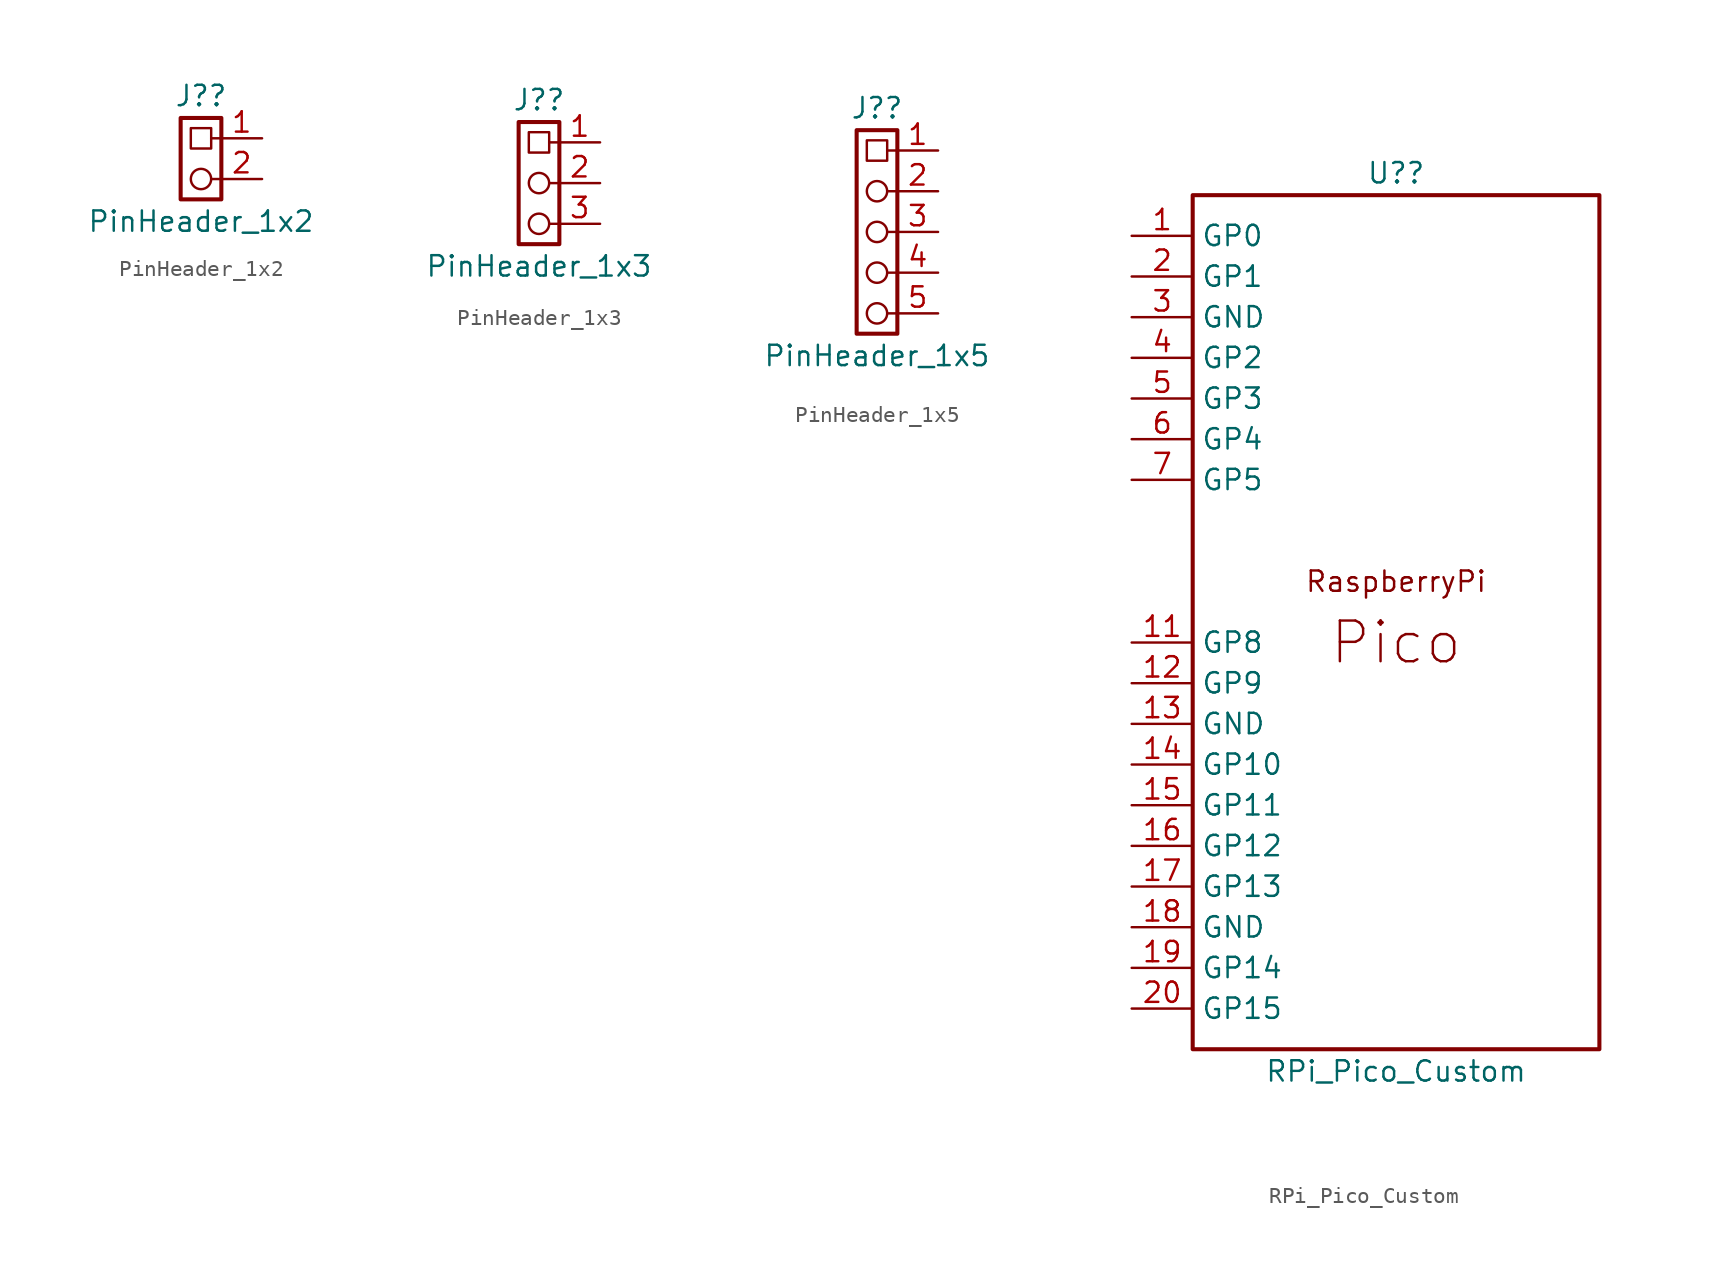
<source format=kicad_sym>
(kicad_symbol_lib
  (version 20220914)
  (generator kicad_symbol_editor)
  (symbol "PinHeader_1x2"
    (pin_names hide)
    (property "Reference" "J?"
      (at 0 1.905 0)
      (effects (font (size 1.27 1.27)) (justify bottom)))
    (property "Value" "PinHeader_1x2"
      (at 0 -4.445 0)
      (effects (font (size 1.27 1.27)) (justify top)))
    (symbol "PinHeader_1x2_0_1"
      (rectangle (start -1.27 1.27) (end 1.27 -3.81) (stroke (width 0.254) (type default)) (fill (type none)))
      (rectangle (start -0.635 0.635) (end 0.635 -0.635) (stroke (width 0) (type default)) (fill (type none)))
      (circle (center 0 -2.54) (radius 0.635) (stroke (width 0) (type default)) (fill (type none)))
      (polyline (pts (xy 0.635 -2.54) (xy 1.27 -2.54)) (stroke (width 0) (type default)) (fill (type none)))
      (polyline (pts (xy 0.635 0) (xy 1.27 0)) (stroke (width 0) (type default)) (fill (type none))))
    (symbol "PinHeader_1x2_1_1"
      (pin passive line (at 3.81 0 180) (length 2.54) (name "~" (effects (font (size 1.27 1.27)))) (number "1" (effects (font (size 1.27 1.27)))))
      (pin passive line (at 3.81 -2.54 180) (length 2.54) (name "~" (effects (font (size 1.27 1.27)))) (number "2" (effects (font (size 1.27 1.27)))))))
  (symbol "PinHeader_1x3"
    (pin_names hide)
    (property "Reference" "J?"
      (at 0 1.905 0)
      (effects (font (size 1.27 1.27)) (justify bottom)))
    (property "Value" "PinHeader_1x3"
      (at 0 -6.985 0)
      (effects (font (size 1.27 1.27)) (justify top)))
    (symbol "PinHeader_1x3_0_1"
      (rectangle (start -1.27 1.27) (end 1.27 -6.35) (stroke (width 0.254) (type default)) (fill (type none)))
      (rectangle (start -0.635 0.635) (end 0.635 -0.635) (stroke (width 0) (type default)) (fill (type none)))
      (circle (center 0 -5.08) (radius 0.635) (stroke (width 0) (type default)) (fill (type none)))
      (circle (center 0 -2.54) (radius 0.635) (stroke (width 0) (type default)) (fill (type none)))
      (polyline (pts (xy 0.635 -5.08) (xy 1.27 -5.08)) (stroke (width 0) (type default)) (fill (type none)))
      (polyline (pts (xy 0.635 -2.54) (xy 1.27 -2.54)) (stroke (width 0) (type default)) (fill (type none)))
      (polyline (pts (xy 0.635 0) (xy 1.27 0)) (stroke (width 0) (type default)) (fill (type none))))
    (symbol "PinHeader_1x3_1_1"
      (pin passive line (at 3.81 0 180) (length 2.54) (name "~" (effects (font (size 1.27 1.27)))) (number "1" (effects (font (size 1.27 1.27)))))
      (pin passive line (at 3.81 -2.54 180) (length 2.54) (name "~" (effects (font (size 1.27 1.27)))) (number "2" (effects (font (size 1.27 1.27)))))
      (pin passive line (at 3.81 -5.08 180) (length 2.54) (name "~" (effects (font (size 1.27 1.27)))) (number "3" (effects (font (size 1.27 1.27)))))))
  (symbol "PinHeader_1x5"
    (pin_names hide)
    (property "Reference" "J?"
      (at 0 1.905 0)
      (effects (font (size 1.27 1.27)) (justify bottom)))
    (property "Value" "PinHeader_1x5"
      (at 0 -12.065 0)
      (effects (font (size 1.27 1.27)) (justify top)))
    (symbol "PinHeader_1x5_0_1"
      (rectangle (start -1.27 1.27) (end 1.27 -11.43) (stroke (width 0.254) (type default)) (fill (type none)))
      (rectangle (start -0.635 0.635) (end 0.635 -0.635) (stroke (width 0) (type default)) (fill (type none)))
      (circle (center 0 -10.16) (radius 0.635) (stroke (width 0) (type default)) (fill (type none)))
      (circle (center 0 -7.62) (radius 0.635) (stroke (width 0) (type default)) (fill (type none)))
      (circle (center 0 -5.08) (radius 0.635) (stroke (width 0) (type default)) (fill (type none)))
      (circle (center 0 -2.54) (radius 0.635) (stroke (width 0) (type default)) (fill (type none)))
      (polyline (pts (xy 0.635 -10.16) (xy 1.27 -10.16)) (stroke (width 0) (type default)) (fill (type none)))
      (polyline (pts (xy 0.635 -7.62) (xy 1.27 -7.62)) (stroke (width 0) (type default)) (fill (type none)))
      (polyline (pts (xy 0.635 -5.08) (xy 1.27 -5.08)) (stroke (width 0) (type default)) (fill (type none)))
      (polyline (pts (xy 0.635 -2.54) (xy 1.27 -2.54)) (stroke (width 0) (type default)) (fill (type none)))
      (polyline (pts (xy 0.635 0) (xy 1.27 0)) (stroke (width 0) (type default)) (fill (type none))))
    (symbol "PinHeader_1x5_1_1"
      (pin passive line (at 3.81 0 180) (length 2.54) (name "~" (effects (font (size 1.27 1.27)))) (number "1" (effects (font (size 1.27 1.27)))))
      (pin passive line (at 3.81 -2.54 180) (length 2.54) (name "~" (effects (font (size 1.27 1.27)))) (number "2" (effects (font (size 1.27 1.27)))))
      (pin passive line (at 3.81 -5.08 180) (length 2.54) (name "~" (effects (font (size 1.27 1.27)))) (number "3" (effects (font (size 1.27 1.27)))))
      (pin passive line (at 3.81 -7.62 180) (length 2.54) (name "~" (effects (font (size 1.27 1.27)))) (number "4" (effects (font (size 1.27 1.27)))))
      (pin passive line (at 3.81 -10.16 180) (length 2.54) (name "~" (effects (font (size 1.27 1.27)))) (number "5" (effects (font (size 1.27 1.27)))))))
  (symbol "RPi_Pico_Custom"
    (property "Reference" "U?"
      (at 0 27.305 0)
      (effects (font (size 1.27 1.27)) (justify bottom)))
    (property "Value" "RPi_Pico_Custom"
      (at 0 -27.305 0)
      (effects (font (size 1.27 1.27)) (justify top)))
    (symbol "RPi_Pico_Custom_1_0"
      (text "Pico" (at 0 -1.27 0) (effects (font (size 2.54 2.54))))
      (text "RaspberryPi" (at 0 2.54 0) (effects (font (size 1.27 1.27)))))
    (symbol "RPi_Pico_Custom_1_1"
      (rectangle (start -12.7 26.67) (end 12.7 -26.67) (stroke (width 0.254) (type default)) (fill (type none)))
      (pin bidirectional line (at -16.51 24.13 0) (length 3.81) (name "GP0" (effects (font (size 1.27 1.27)))) (number "1" (effects (font (size 1.27 1.27)))))
      (pin bidirectional line (at -16.51 -1.27 0) (length 3.81) (name "GP8" (effects (font (size 1.27 1.27)))) (number "11" (effects (font (size 1.27 1.27)))))
      (pin bidirectional line (at -16.51 -3.81 0) (length 3.81) (name "GP9" (effects (font (size 1.27 1.27)))) (number "12" (effects (font (size 1.27 1.27)))))
      (pin bidirectional line (at -16.51 -6.35 0) (length 3.81) (name "GND" (effects (font (size 1.27 1.27)))) (number "13" (effects (font (size 1.27 1.27)))))
      (pin bidirectional line (at -16.51 -8.89 0) (length 3.81) (name "GP10" (effects (font (size 1.27 1.27)))) (number "14" (effects (font (size 1.27 1.27)))))
      (pin bidirectional line (at -16.51 -11.43 0) (length 3.81) (name "GP11" (effects (font (size 1.27 1.27)))) (number "15" (effects (font (size 1.27 1.27)))))
      (pin bidirectional line (at -16.51 -13.97 0) (length 3.81) (name "GP12" (effects (font (size 1.27 1.27)))) (number "16" (effects (font (size 1.27 1.27)))))
      (pin bidirectional line (at -16.51 -16.51 0) (length 3.81) (name "GP13" (effects (font (size 1.27 1.27)))) (number "17" (effects (font (size 1.27 1.27)))))
      (pin bidirectional line (at -16.51 -19.05 0) (length 3.81) (name "GND" (effects (font (size 1.27 1.27)))) (number "18" (effects (font (size 1.27 1.27)))))
      (pin bidirectional line (at -16.51 -21.59 0) (length 3.81) (name "GP14" (effects (font (size 1.27 1.27)))) (number "19" (effects (font (size 1.27 1.27)))))
      (pin bidirectional line (at -16.51 21.59 0) (length 3.81) (name "GP1" (effects (font (size 1.27 1.27)))) (number "2" (effects (font (size 1.27 1.27)))))
      (pin bidirectional line (at -16.51 -24.13 0) (length 3.81) (name "GP15" (effects (font (size 1.27 1.27)))) (number "20" (effects (font (size 1.27 1.27)))))
      (pin bidirectional line (at -16.51 19.05 0) (length 3.81) (name "GND" (effects (font (size 1.27 1.27)))) (number "3" (effects (font (size 1.27 1.27)))))
      (pin bidirectional line (at -16.51 16.51 0) (length 3.81) (name "GP2" (effects (font (size 1.27 1.27)))) (number "4" (effects (font (size 1.27 1.27)))))
      (pin bidirectional line (at -16.51 13.97 0) (length 3.81) (name "GP3" (effects (font (size 1.27 1.27)))) (number "5" (effects (font (size 1.27 1.27)))))
      (pin bidirectional line (at -16.51 11.43 0) (length 3.81) (name "GP4" (effects (font (size 1.27 1.27)))) (number "6" (effects (font (size 1.27 1.27)))))
      (pin bidirectional line (at -16.51 8.89 0) (length 3.81) (name "GP5" (effects (font (size 1.27 1.27)))) (number "7" (effects (font (size 1.27 1.27))))))))
</source>
